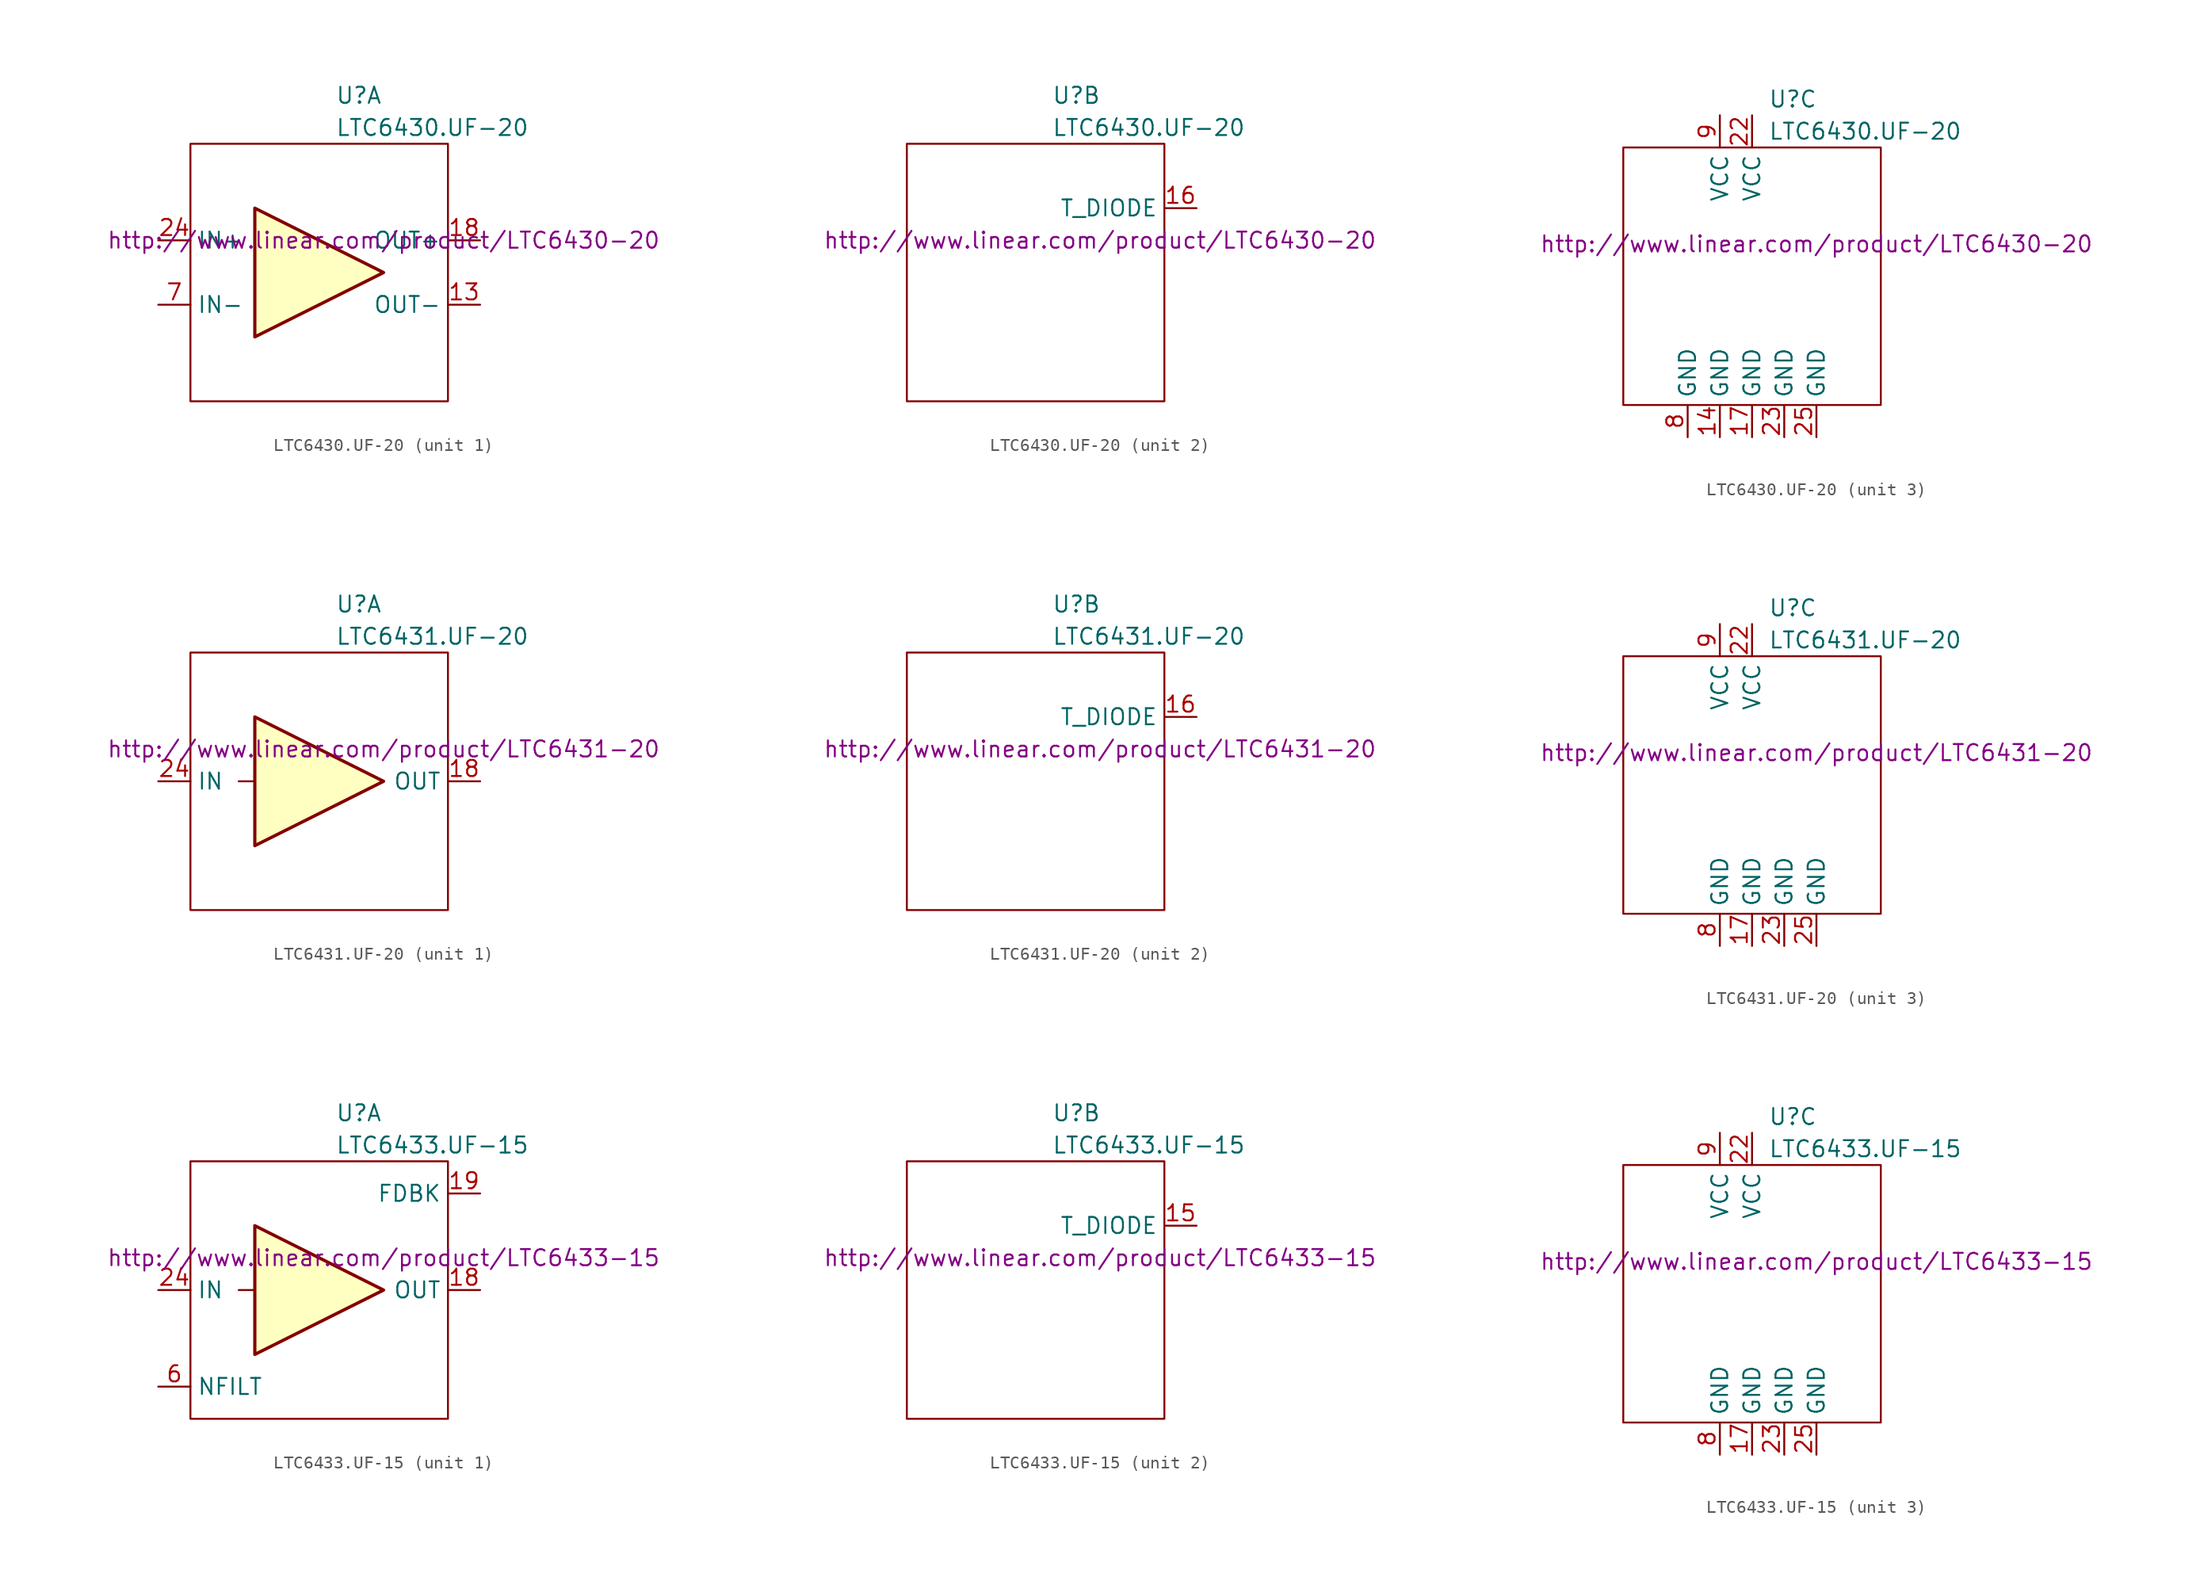
<source format=kicad_sym>
(kicad_symbol_lib
  (version 20201005)
  (generator kicad_symbol_editor)
  (symbol "LTC6430.UF-20"
    (property "Reference" "U"
      (at 1.27 13.97 0)
      (effects (font (size 1.27 1.27)) (justify left)))
    (property "Value" "LTC6430.UF-20"
      (at 1.27 11.43 0)
      (effects (font (size 1.27 1.27)) (justify left)))
    (property "Datasheet" "http://www.linear.com/product/LTC6430-20"
      (at 5.08 2.54 0)
      (effects (font (size 1.27 1.27))))
    (property "ki_locked" ""
      (at 0 0 0)
      (effects (font (size 1.27 1.27))))
    (symbol "LTC6430.UF-20_1_1"
      (rectangle (start -10.16 10.16) (end 10.16 -10.16) (stroke (width 0)) (fill (type none)))
      (polyline (pts (xy 5.08 0) (xy -5.08 5.08) (xy -5.08 -5.08) (xy 5.08 0)) (stroke (width 0.254)) (fill (type background)))
      (pin input line (at -12.7 -2.54 0) (length 2.54) (name "IN-" (effects (font (size 1.27 1.27)))) (number "7" (effects (font (size 1.27 1.27)))))
      (pin output line (at 12.7 -2.54 180) (length 2.54) (name "OUT-" (effects (font (size 1.27 1.27)))) (number "13" (effects (font (size 1.27 1.27)))))
      (pin input line (at -12.7 2.54 0) (length 2.54) (name "IN+" (effects (font (size 1.27 1.27)))) (number "24" (effects (font (size 1.27 1.27)))))
      (pin output line (at 12.7 2.54 180) (length 2.54) (name "OUT+" (effects (font (size 1.27 1.27)))) (number "18" (effects (font (size 1.27 1.27))))))
    (symbol "LTC6430.UF-20_2_1"
      (rectangle (start -10.16 10.16) (end 10.16 -10.16) (stroke (width 0)) (fill (type none)))
      (pin passive line (at 12.7 5.08 180) (length 2.54) (name "T_DIODE" (effects (font (size 1.27 1.27)))) (number "16" (effects (font (size 1.27 1.27))))))
    (symbol "LTC6430.UF-20_3_1"
      (rectangle (start -10.16 10.16) (end 10.16 -10.16) (stroke (width 0)) (fill (type none)))
      (pin unconnected line (at -12.7 -2.54 0) (length 2.54) hide (name "DNC" (effects (font (size 1.27 1.27)))) (number "1" (effects (font (size 1.27 1.27)))))
      (pin unconnected line (at -12.7 -2.54 0) (length 2.54) hide (name "DNC" (effects (font (size 1.27 1.27)))) (number "2" (effects (font (size 1.27 1.27)))))
      (pin unconnected line (at -12.7 -2.54 0) (length 2.54) hide (name "DNC" (effects (font (size 1.27 1.27)))) (number "3" (effects (font (size 1.27 1.27)))))
      (pin unconnected line (at -12.7 -2.54 0) (length 2.54) hide (name "DNC" (effects (font (size 1.27 1.27)))) (number "4" (effects (font (size 1.27 1.27)))))
      (pin unconnected line (at -12.7 -2.54 0) (length 2.54) hide (name "DNC" (effects (font (size 1.27 1.27)))) (number "5" (effects (font (size 1.27 1.27)))))
      (pin unconnected line (at -12.7 -2.54 0) (length 2.54) hide (name "DNC" (effects (font (size 1.27 1.27)))) (number "6" (effects (font (size 1.27 1.27)))))
      (pin power_in line (at -5.08 -12.7 90) (length 2.54) (name "GND" (effects (font (size 1.27 1.27)))) (number "8" (effects (font (size 1.27 1.27)))))
      (pin power_in line (at -2.54 12.7 270) (length 2.54) (name "VCC" (effects (font (size 1.27 1.27)))) (number "9" (effects (font (size 1.27 1.27)))))
      (pin unconnected line (at -12.7 -5.08 0) (length 2.54) hide (name "DNC" (effects (font (size 1.27 1.27)))) (number "10" (effects (font (size 1.27 1.27)))))
      (pin unconnected line (at -12.7 -7.62 0) (length 2.54) hide (name "DNC" (effects (font (size 1.27 1.27)))) (number "20" (effects (font (size 1.27 1.27)))))
      (pin unconnected line (at -12.7 -5.08 0) (length 2.54) hide (name "DNC" (effects (font (size 1.27 1.27)))) (number "11" (effects (font (size 1.27 1.27)))))
      (pin unconnected line (at -12.7 -7.62 0) (length 2.54) hide (name "DNC" (effects (font (size 1.27 1.27)))) (number "21" (effects (font (size 1.27 1.27)))))
      (pin unconnected line (at -12.7 -5.08 0) (length 2.54) hide (name "DNC" (effects (font (size 1.27 1.27)))) (number "12" (effects (font (size 1.27 1.27)))))
      (pin power_in line (at 0 12.7 270) (length 2.54) (name "VCC" (effects (font (size 1.27 1.27)))) (number "22" (effects (font (size 1.27 1.27)))))
      (pin power_in line (at 2.54 -12.7 90) (length 2.54) (name "GND" (effects (font (size 1.27 1.27)))) (number "23" (effects (font (size 1.27 1.27)))))
      (pin power_in line (at -2.54 -12.7 90) (length 2.54) (name "GND" (effects (font (size 1.27 1.27)))) (number "14" (effects (font (size 1.27 1.27)))))
      (pin unconnected line (at -12.7 -5.08 0) (length 2.54) hide (name "DNC" (effects (font (size 1.27 1.27)))) (number "15" (effects (font (size 1.27 1.27)))))
      (pin power_in line (at 5.08 -12.7 90) (length 2.54) (name "GND" (effects (font (size 1.27 1.27)))) (number "25" (effects (font (size 1.27 1.27)))))
      (pin power_in line (at 0 -12.7 90) (length 2.54) (name "GND" (effects (font (size 1.27 1.27)))) (number "17" (effects (font (size 1.27 1.27)))))
      (pin unconnected line (at -12.7 -7.62 0) (length 2.54) hide (name "DNC" (effects (font (size 1.27 1.27)))) (number "19" (effects (font (size 1.27 1.27)))))))
  (symbol "LTC6431.UF-20"
    (property "Reference" "U"
      (at 1.27 13.97 0)
      (effects (font (size 1.27 1.27)) (justify left)))
    (property "Value" "LTC6431.UF-20"
      (at 1.27 11.43 0)
      (effects (font (size 1.27 1.27)) (justify left)))
    (property "Datasheet" "http://www.linear.com/product/LTC6431-20"
      (at 5.08 2.54 0)
      (effects (font (size 1.27 1.27))))
    (property "ki_locked" ""
      (at 0 0 0)
      (effects (font (size 1.27 1.27))))
    (symbol "LTC6431.UF-20_1_1"
      (rectangle (start -10.16 10.16) (end 10.16 -10.16) (stroke (width 0)) (fill (type none)))
      (polyline (pts (xy -6.35 0) (xy -5.08 0)) (stroke (width 0)) (fill (type none)))
      (polyline (pts (xy 5.08 0) (xy -5.08 5.08) (xy -5.08 -5.08) (xy 5.08 0)) (stroke (width 0.254)) (fill (type background)))
      (pin input line (at -12.7 0 0) (length 2.54) (name "IN" (effects (font (size 1.27 1.27)))) (number "24" (effects (font (size 1.27 1.27)))))
      (pin output line (at 12.7 0 180) (length 2.54) (name "OUT" (effects (font (size 1.27 1.27)))) (number "18" (effects (font (size 1.27 1.27))))))
    (symbol "LTC6431.UF-20_2_1"
      (rectangle (start -10.16 10.16) (end 10.16 -10.16) (stroke (width 0)) (fill (type none)))
      (pin passive line (at 12.7 5.08 180) (length 2.54) (name "T_DIODE" (effects (font (size 1.27 1.27)))) (number "16" (effects (font (size 1.27 1.27))))))
    (symbol "LTC6431.UF-20_3_1"
      (rectangle (start -10.16 10.16) (end 10.16 -10.16) (stroke (width 0)) (fill (type none)))
      (pin unconnected line (at -12.7 -2.54 0) (length 2.54) hide (name "DNC" (effects (font (size 1.27 1.27)))) (number "1" (effects (font (size 1.27 1.27)))))
      (pin unconnected line (at -12.7 -2.54 0) (length 2.54) hide (name "DNC" (effects (font (size 1.27 1.27)))) (number "2" (effects (font (size 1.27 1.27)))))
      (pin unconnected line (at -12.7 -2.54 0) (length 2.54) hide (name "DNC" (effects (font (size 1.27 1.27)))) (number "3" (effects (font (size 1.27 1.27)))))
      (pin unconnected line (at -12.7 -2.54 0) (length 2.54) hide (name "DNC" (effects (font (size 1.27 1.27)))) (number "4" (effects (font (size 1.27 1.27)))))
      (pin unconnected line (at -12.7 -2.54 0) (length 2.54) hide (name "DNC" (effects (font (size 1.27 1.27)))) (number "5" (effects (font (size 1.27 1.27)))))
      (pin unconnected line (at -12.7 -2.54 0) (length 2.54) hide (name "DNC" (effects (font (size 1.27 1.27)))) (number "6" (effects (font (size 1.27 1.27)))))
      (pin unconnected line (at -12.7 -2.54 0) (length 2.54) hide (name "DNC" (effects (font (size 1.27 1.27)))) (number "7" (effects (font (size 1.27 1.27)))))
      (pin power_in line (at -2.54 -12.7 90) (length 2.54) (name "GND" (effects (font (size 1.27 1.27)))) (number "8" (effects (font (size 1.27 1.27)))))
      (pin power_in line (at -2.54 12.7 270) (length 2.54) (name "VCC" (effects (font (size 1.27 1.27)))) (number "9" (effects (font (size 1.27 1.27)))))
      (pin unconnected line (at -12.7 -5.08 0) (length 2.54) hide (name "DNC" (effects (font (size 1.27 1.27)))) (number "10" (effects (font (size 1.27 1.27)))))
      (pin unconnected line (at -12.7 -7.62 0) (length 2.54) hide (name "DNC" (effects (font (size 1.27 1.27)))) (number "20" (effects (font (size 1.27 1.27)))))
      (pin unconnected line (at -12.7 -5.08 0) (length 2.54) hide (name "DNC" (effects (font (size 1.27 1.27)))) (number "11" (effects (font (size 1.27 1.27)))))
      (pin unconnected line (at -12.7 -7.62 0) (length 2.54) hide (name "DNC" (effects (font (size 1.27 1.27)))) (number "21" (effects (font (size 1.27 1.27)))))
      (pin unconnected line (at -12.7 -5.08 0) (length 2.54) hide (name "DNC" (effects (font (size 1.27 1.27)))) (number "12" (effects (font (size 1.27 1.27)))))
      (pin power_in line (at 0 12.7 270) (length 2.54) (name "VCC" (effects (font (size 1.27 1.27)))) (number "22" (effects (font (size 1.27 1.27)))))
      (pin unconnected line (at -12.7 -5.08 0) (length 2.54) hide (name "DNC" (effects (font (size 1.27 1.27)))) (number "13" (effects (font (size 1.27 1.27)))))
      (pin power_in line (at 2.54 -12.7 90) (length 2.54) (name "GND" (effects (font (size 1.27 1.27)))) (number "23" (effects (font (size 1.27 1.27)))))
      (pin unconnected line (at -12.7 -5.08 0) (length 2.54) hide (name "DNC" (effects (font (size 1.27 1.27)))) (number "14" (effects (font (size 1.27 1.27)))))
      (pin unconnected line (at -12.7 -5.08 0) (length 2.54) hide (name "DNC" (effects (font (size 1.27 1.27)))) (number "15" (effects (font (size 1.27 1.27)))))
      (pin power_in line (at 5.08 -12.7 90) (length 2.54) (name "GND" (effects (font (size 1.27 1.27)))) (number "25" (effects (font (size 1.27 1.27)))))
      (pin power_in line (at 0 -12.7 90) (length 2.54) (name "GND" (effects (font (size 1.27 1.27)))) (number "17" (effects (font (size 1.27 1.27)))))
      (pin unconnected line (at -12.7 -7.62 0) (length 2.54) hide (name "DNC" (effects (font (size 1.27 1.27)))) (number "19" (effects (font (size 1.27 1.27)))))))
  (symbol "LTC6433.UF-15"
    (property "Reference" "U"
      (at 1.27 13.97 0)
      (effects (font (size 1.27 1.27)) (justify left)))
    (property "Value" "LTC6433.UF-15"
      (at 1.27 11.43 0)
      (effects (font (size 1.27 1.27)) (justify left)))
    (property "Datasheet" "http://www.linear.com/product/LTC6433-15"
      (at 5.08 2.54 0)
      (effects (font (size 1.27 1.27))))
    (property "ki_locked" ""
      (at 0 0 0)
      (effects (font (size 1.27 1.27))))
    (symbol "LTC6433.UF-15_1_1"
      (rectangle (start -10.16 10.16) (end 10.16 -10.16) (stroke (width 0)) (fill (type none)))
      (polyline (pts (xy -6.35 0) (xy -5.08 0)) (stroke (width 0)) (fill (type none)))
      (polyline (pts (xy 5.08 0) (xy -5.08 5.08) (xy -5.08 -5.08) (xy 5.08 0)) (stroke (width 0.254)) (fill (type background)))
      (pin passive line (at -12.7 -7.62 0) (length 2.54) (name "NFILT" (effects (font (size 1.27 1.27)))) (number "6" (effects (font (size 1.27 1.27)))))
      (pin input line (at -12.7 0 0) (length 2.54) (name "IN" (effects (font (size 1.27 1.27)))) (number "24" (effects (font (size 1.27 1.27)))))
      (pin output line (at 12.7 0 180) (length 2.54) (name "OUT" (effects (font (size 1.27 1.27)))) (number "18" (effects (font (size 1.27 1.27)))))
      (pin passive line (at 12.7 7.62 180) (length 2.54) (name "FDBK" (effects (font (size 1.27 1.27)))) (number "19" (effects (font (size 1.27 1.27))))))
    (symbol "LTC6433.UF-15_2_1"
      (rectangle (start -10.16 10.16) (end 10.16 -10.16) (stroke (width 0)) (fill (type none)))
      (pin passive line (at 12.7 5.08 180) (length 2.54) (name "T_DIODE" (effects (font (size 1.27 1.27)))) (number "15" (effects (font (size 1.27 1.27))))))
    (symbol "LTC6433.UF-15_3_1"
      (rectangle (start -10.16 10.16) (end 10.16 -10.16) (stroke (width 0)) (fill (type none)))
      (pin unconnected line (at -12.7 -2.54 0) (length 2.54) hide (name "DNC" (effects (font (size 1.27 1.27)))) (number "1" (effects (font (size 1.27 1.27)))))
      (pin unconnected line (at -12.7 -2.54 0) (length 2.54) hide (name "DNC" (effects (font (size 1.27 1.27)))) (number "2" (effects (font (size 1.27 1.27)))))
      (pin unconnected line (at -12.7 -2.54 0) (length 2.54) hide (name "DNC" (effects (font (size 1.27 1.27)))) (number "3" (effects (font (size 1.27 1.27)))))
      (pin unconnected line (at -12.7 -2.54 0) (length 2.54) hide (name "DNC" (effects (font (size 1.27 1.27)))) (number "4" (effects (font (size 1.27 1.27)))))
      (pin unconnected line (at -12.7 -2.54 0) (length 2.54) hide (name "DNC" (effects (font (size 1.27 1.27)))) (number "5" (effects (font (size 1.27 1.27)))))
      (pin unconnected line (at -12.7 -2.54 0) (length 2.54) hide (name "DNC" (effects (font (size 1.27 1.27)))) (number "7" (effects (font (size 1.27 1.27)))))
      (pin power_in line (at -2.54 -12.7 90) (length 2.54) (name "GND" (effects (font (size 1.27 1.27)))) (number "8" (effects (font (size 1.27 1.27)))))
      (pin power_in line (at -2.54 12.7 270) (length 2.54) (name "VCC" (effects (font (size 1.27 1.27)))) (number "9" (effects (font (size 1.27 1.27)))))
      (pin unconnected line (at -12.7 -5.08 0) (length 2.54) hide (name "DNC" (effects (font (size 1.27 1.27)))) (number "10" (effects (font (size 1.27 1.27)))))
      (pin unconnected line (at -12.7 -7.62 0) (length 2.54) hide (name "DNC" (effects (font (size 1.27 1.27)))) (number "20" (effects (font (size 1.27 1.27)))))
      (pin unconnected line (at -12.7 -5.08 0) (length 2.54) hide (name "DNC" (effects (font (size 1.27 1.27)))) (number "11" (effects (font (size 1.27 1.27)))))
      (pin unconnected line (at -12.7 -7.62 0) (length 2.54) hide (name "DNC" (effects (font (size 1.27 1.27)))) (number "21" (effects (font (size 1.27 1.27)))))
      (pin unconnected line (at -12.7 -5.08 0) (length 2.54) hide (name "DNC" (effects (font (size 1.27 1.27)))) (number "12" (effects (font (size 1.27 1.27)))))
      (pin power_in line (at 0 12.7 270) (length 2.54) (name "VCC" (effects (font (size 1.27 1.27)))) (number "22" (effects (font (size 1.27 1.27)))))
      (pin unconnected line (at -12.7 -5.08 0) (length 2.54) hide (name "DNC" (effects (font (size 1.27 1.27)))) (number "13" (effects (font (size 1.27 1.27)))))
      (pin power_in line (at 2.54 -12.7 90) (length 2.54) (name "GND" (effects (font (size 1.27 1.27)))) (number "23" (effects (font (size 1.27 1.27)))))
      (pin unconnected line (at -12.7 -5.08 0) (length 2.54) hide (name "DNC" (effects (font (size 1.27 1.27)))) (number "14" (effects (font (size 1.27 1.27)))))
      (pin power_in line (at 5.08 -12.7 90) (length 2.54) (name "GND" (effects (font (size 1.27 1.27)))) (number "25" (effects (font (size 1.27 1.27)))))
      (pin unconnected line (at -12.7 -5.08 0) (length 2.54) hide (name "DNC" (effects (font (size 1.27 1.27)))) (number "16" (effects (font (size 1.27 1.27)))))
      (pin power_in line (at 0 -12.7 90) (length 2.54) (name "GND" (effects (font (size 1.27 1.27)))) (number "17" (effects (font (size 1.27 1.27))))))))
</source>
